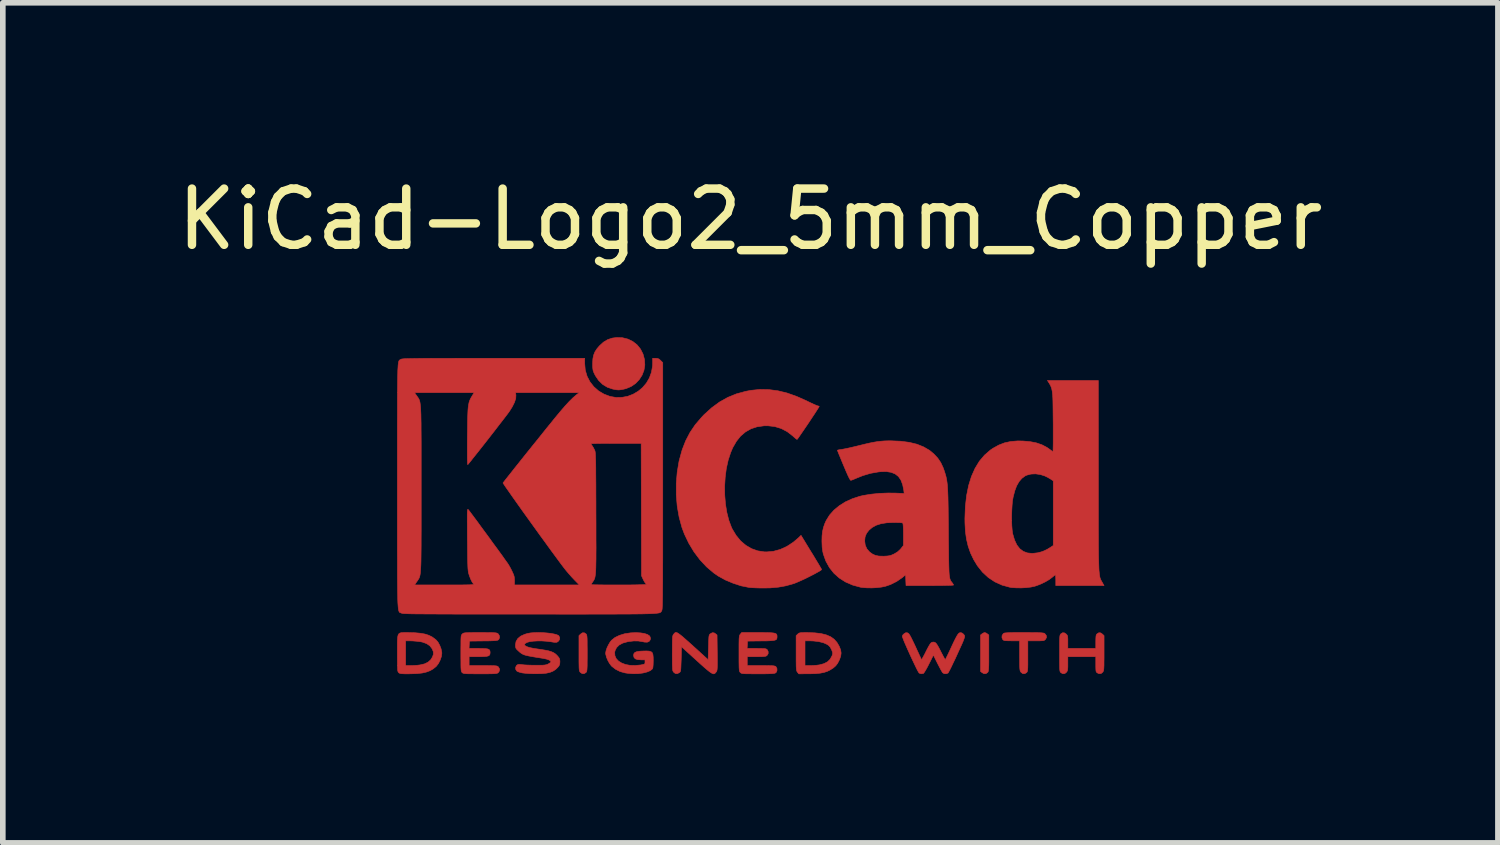
<source format=kicad_pcb>
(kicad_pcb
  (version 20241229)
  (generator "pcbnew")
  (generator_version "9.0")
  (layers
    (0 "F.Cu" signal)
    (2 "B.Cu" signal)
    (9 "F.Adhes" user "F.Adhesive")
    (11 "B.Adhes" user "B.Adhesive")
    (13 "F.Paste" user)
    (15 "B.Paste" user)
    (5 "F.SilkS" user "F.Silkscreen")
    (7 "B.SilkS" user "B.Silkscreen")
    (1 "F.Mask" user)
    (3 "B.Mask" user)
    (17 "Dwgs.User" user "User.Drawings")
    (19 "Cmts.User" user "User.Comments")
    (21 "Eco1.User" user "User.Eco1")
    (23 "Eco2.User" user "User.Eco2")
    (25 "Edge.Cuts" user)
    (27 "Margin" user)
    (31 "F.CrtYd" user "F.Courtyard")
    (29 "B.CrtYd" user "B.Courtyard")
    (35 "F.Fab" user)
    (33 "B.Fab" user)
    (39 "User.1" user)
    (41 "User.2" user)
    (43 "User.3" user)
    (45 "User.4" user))
  (footprint "KiCad-Logo2_5mm_Copper"
    (layer "F.Cu")
    (at 10.292 5.928)
    (property "Reference" "KiCad-Logo2_5mm_Copper" (at 0 -5.08 0) (layer "F.SilkS") (effects (font (size 1 1) (thickness 0.15))))
    (attr exclude_from_pos_files exclude_from_bom allow_missing_courtyard)
    (fp_poly (pts (xy 4.189 2.276) (xy 4.212 2.291) (xy 4.239 2.312) (xy 4.239 2.634) (xy 4.239 2.728) (xy 4.239 2.802) (xy 4.238 2.859) (xy 4.236 2.901) (xy 4.234 2.931) (xy 4.231 2.951) (xy 4.227 2.965) (xy 4.221 2.974) (xy 4.217 2.979) (xy 4.186 3) (xy 4.15 2.999) (xy 4.119 2.981) (xy 4.092 2.96) (xy 4.092 2.312) (xy 4.119 2.291) (xy 4.145 2.275) (xy 4.166 2.269) (xy 4.189 2.276)) (stroke (width 0.01) (type solid)) (fill yes) (layer "F.Cu"))
    (fp_poly (pts (xy -2.924 2.292) (xy -2.917 2.299) (xy -2.912 2.309) (xy -2.908 2.324) (xy -2.905 2.346) (xy -2.903 2.378) (xy -2.902 2.422) (xy -2.902 2.482) (xy -2.901 2.56) (xy -2.901 2.636) (xy -2.901 2.73) (xy -2.902 2.804) (xy -2.902 2.86) (xy -2.904 2.902) (xy -2.906 2.932) (xy -2.909 2.952) (xy -2.913 2.965) (xy -2.919 2.974) (xy -2.924 2.98) (xy -2.957 3) (xy -2.992 2.998) (xy -3.023 2.977) (xy -3.031 2.968) (xy -3.036 2.959) (xy -3.041 2.945) (xy -3.044 2.924) (xy -3.046 2.895) (xy -3.047 2.853) (xy -3.048 2.796) (xy -3.048 2.722) (xy -3.048 2.638) (xy -3.048 2.324) (xy -3.02 2.297) (xy -2.986 2.273) (xy -2.953 2.273) (xy -2.924 2.292)) (stroke (width 0.01) (type solid)) (fill yes) (layer "F.Cu"))
    (fp_poly (pts (xy -2.273 -2.973) (xy -2.177 -2.949) (xy -2.09 -2.906) (xy -2.015 -2.847) (xy -1.954 -2.772) (xy -1.909 -2.683) (xy -1.883 -2.586) (xy -1.877 -2.489) (xy -1.892 -2.395) (xy -1.926 -2.307) (xy -1.977 -2.228) (xy -2.042 -2.16) (xy -2.121 -2.106) (xy -2.212 -2.068) (xy -2.263 -2.056) (xy -2.308 -2.048) (xy -2.342 -2.045) (xy -2.375 -2.047) (xy -2.415 -2.054) (xy -2.449 -2.061) (xy -2.542 -2.092) (xy -2.626 -2.143) (xy -2.698 -2.213) (xy -2.756 -2.298) (xy -2.77 -2.326) (xy -2.787 -2.362) (xy -2.797 -2.392) (xy -2.802 -2.425) (xy -2.805 -2.466) (xy -2.805 -2.512) (xy -2.801 -2.596) (xy -2.787 -2.665) (xy -2.762 -2.726) (xy -2.723 -2.784) (xy -2.684 -2.829) (xy -2.612 -2.895) (xy -2.537 -2.94) (xy -2.455 -2.967) (xy -2.377 -2.977) (xy -2.273 -2.973)) (stroke (width 0.01) (type solid)) (fill yes) (layer "F.Cu"))
    (fp_poly (pts (xy 4.963 2.269) (xy 5.042 2.27) (xy 5.103 2.27) (xy 5.149 2.272) (xy 5.182 2.274) (xy 5.205 2.277) (xy 5.221 2.28) (xy 5.231 2.285) (xy 5.236 2.289) (xy 5.261 2.321) (xy 5.265 2.355) (xy 5.249 2.386) (xy 5.238 2.398) (xy 5.227 2.406) (xy 5.211 2.412) (xy 5.186 2.414) (xy 5.147 2.416) (xy 5.09 2.416) (xy 5.079 2.416) (xy 4.933 2.416) (xy 4.933 2.687) (xy 4.933 2.772) (xy 4.933 2.838) (xy 4.932 2.887) (xy 4.93 2.922) (xy 4.927 2.946) (xy 4.923 2.962) (xy 4.918 2.972) (xy 4.911 2.98) (xy 4.878 3) (xy 4.843 2.999) (xy 4.812 2.976) (xy 4.81 2.973) (xy 4.802 2.962) (xy 4.797 2.95) (xy 4.793 2.933) (xy 4.79 2.908) (xy 4.788 2.872) (xy 4.787 2.822) (xy 4.787 2.755) (xy 4.786 2.68) (xy 4.786 2.416) (xy 4.647 2.416) (xy 4.587 2.415) (xy 4.546 2.414) (xy 4.519 2.411) (xy 4.502 2.405) (xy 4.49 2.397) (xy 4.489 2.395) (xy 4.473 2.362) (xy 4.474 2.324) (xy 4.493 2.292) (xy 4.5 2.285) (xy 4.51 2.28) (xy 4.524 2.276) (xy 4.545 2.274) (xy 4.575 2.272) (xy 4.618 2.27) (xy 4.676 2.269) (xy 4.75 2.269) (xy 4.844 2.269) (xy 4.864 2.269) (xy 4.963 2.269)) (stroke (width 0.01) (type solid)) (fill yes) (layer "F.Cu"))
    (fp_poly (pts (xy 6.229 2.275) (xy 6.26 2.297) (xy 6.288 2.324) (xy 6.288 2.634) (xy 6.288 2.726) (xy 6.287 2.798) (xy 6.287 2.853) (xy 6.285 2.893) (xy 6.283 2.922) (xy 6.28 2.942) (xy 6.275 2.956) (xy 6.269 2.967) (xy 6.265 2.973) (xy 6.234 2.998) (xy 6.198 3) (xy 6.166 2.985) (xy 6.156 2.976) (xy 6.148 2.965) (xy 6.144 2.946) (xy 6.142 2.915) (xy 6.141 2.869) (xy 6.141 2.833) (xy 6.141 2.698) (xy 5.644 2.698) (xy 5.644 2.821) (xy 5.644 2.877) (xy 5.642 2.915) (xy 5.638 2.941) (xy 5.63 2.96) (xy 5.621 2.973) (xy 5.59 2.998) (xy 5.555 3.001) (xy 5.522 2.983) (xy 5.513 2.974) (xy 5.506 2.962) (xy 5.502 2.943) (xy 5.499 2.914) (xy 5.498 2.87) (xy 5.497 2.808) (xy 5.497 2.794) (xy 5.497 2.678) (xy 5.497 2.582) (xy 5.497 2.504) (xy 5.497 2.443) (xy 5.498 2.396) (xy 5.5 2.361) (xy 5.502 2.335) (xy 5.505 2.318) (xy 5.51 2.306) (xy 5.515 2.298) (xy 5.52 2.292) (xy 5.552 2.272) (xy 5.585 2.275) (xy 5.617 2.297) (xy 5.629 2.311) (xy 5.638 2.327) (xy 5.642 2.35) (xy 5.644 2.384) (xy 5.644 2.436) (xy 5.644 2.551) (xy 6.141 2.551) (xy 6.141 2.433) (xy 6.142 2.378) (xy 6.144 2.341) (xy 6.148 2.317) (xy 6.155 2.301) (xy 6.164 2.292) (xy 6.196 2.272) (xy 6.229 2.275)) (stroke (width 0.01) (type solid)) (fill yes) (layer "F.Cu"))
    (fp_poly (pts (xy 1.018 2.269) (xy 1.147 2.274) (xy 1.257 2.287) (xy 1.349 2.31) (xy 1.426 2.343) (xy 1.489 2.388) (xy 1.539 2.444) (xy 1.58 2.514) (xy 1.58 2.515) (xy 1.605 2.577) (xy 1.613 2.633) (xy 1.606 2.688) (xy 1.584 2.751) (xy 1.579 2.761) (xy 1.55 2.817) (xy 1.517 2.86) (xy 1.475 2.897) (xy 1.417 2.934) (xy 1.414 2.936) (xy 1.364 2.96) (xy 1.307 2.978) (xy 1.24 2.991) (xy 1.159 2.999) (xy 1.06 3.002) (xy 1.025 3.002) (xy 0.86 3.003) (xy 0.836 2.973) (xy 0.829 2.963) (xy 0.824 2.952) (xy 0.82 2.936) (xy 0.817 2.913) (xy 0.815 2.88) (xy 0.814 2.856) (xy 0.971 2.856) (xy 1.065 2.856) (xy 1.12 2.854) (xy 1.176 2.85) (xy 1.222 2.844) (xy 1.225 2.844) (xy 1.307 2.822) (xy 1.371 2.789) (xy 1.418 2.743) (xy 1.451 2.683) (xy 1.457 2.667) (xy 1.463 2.642) (xy 1.46 2.618) (xy 1.448 2.585) (xy 1.441 2.569) (xy 1.418 2.527) (xy 1.39 2.497) (xy 1.359 2.477) (xy 1.297 2.45) (xy 1.218 2.43) (xy 1.125 2.419) (xy 1.058 2.416) (xy 0.971 2.416) (xy 0.971 2.856) (xy 0.814 2.856) (xy 0.814 2.835) (xy 0.813 2.774) (xy 0.813 2.696) (xy 0.813 2.634) (xy 0.813 2.324) (xy 0.841 2.297) (xy 0.853 2.286) (xy 0.866 2.278) (xy 0.885 2.273) (xy 0.913 2.27) (xy 0.955 2.269) (xy 1.015 2.269) (xy 1.018 2.269)) (stroke (width 0.01) (type solid)) (fill yes) (layer "F.Cu"))
    (fp_poly (pts (xy -6.121 2.269) (xy -6.082 2.269) (xy -5.966 2.272) (xy -5.869 2.281) (xy -5.788 2.295) (xy -5.719 2.317) (xy -5.658 2.347) (xy -5.604 2.387) (xy -5.584 2.404) (xy -5.552 2.443) (xy -5.523 2.497) (xy -5.5 2.557) (xy -5.488 2.615) (xy -5.486 2.636) (xy -5.494 2.695) (xy -5.516 2.759) (xy -5.547 2.82) (xy -5.584 2.868) (xy -5.59 2.874) (xy -5.641 2.915) (xy -5.696 2.947) (xy -5.76 2.971) (xy -5.834 2.988) (xy -5.924 2.998) (xy -6.031 3.002) (xy -6.08 3.003) (xy -6.142 3.003) (xy -6.186 3.001) (xy -6.215 2.999) (xy -6.234 2.994) (xy -6.247 2.987) (xy -6.254 2.98) (xy -6.261 2.973) (xy -6.266 2.963) (xy -6.27 2.948) (xy -6.273 2.926) (xy -6.274 2.894) (xy -6.276 2.85) (xy -6.276 2.79) (xy -6.277 2.712) (xy -6.277 2.636) (xy -6.277 2.535) (xy -6.277 2.454) (xy -6.276 2.416) (xy -6.13 2.416) (xy -6.13 2.856) (xy -6.037 2.856) (xy -5.981 2.854) (xy -5.922 2.85) (xy -5.873 2.844) (xy -5.872 2.844) (xy -5.792 2.825) (xy -5.731 2.795) (xy -5.684 2.753) (xy -5.655 2.707) (xy -5.636 2.656) (xy -5.638 2.608) (xy -5.659 2.557) (xy -5.7 2.504) (xy -5.758 2.465) (xy -5.833 2.438) (xy -5.883 2.429) (xy -5.939 2.423) (xy -6 2.418) (xy -6.051 2.416) (xy -6.054 2.416) (xy -6.13 2.416) (xy -6.276 2.416) (xy -6.275 2.392) (xy -6.271 2.345) (xy -6.263 2.312) (xy -6.25 2.29) (xy -6.23 2.277) (xy -6.203 2.27) (xy -6.167 2.269) (xy -6.121 2.269)) (stroke (width 0.01) (type solid)) (fill yes) (layer "F.Cu"))
    (fp_poly (pts (xy -1.3 2.273) (xy -1.277 2.287) (xy -1.246 2.31) (xy -1.206 2.342) (xy -1.156 2.386) (xy -1.094 2.441) (xy -1.018 2.509) (xy -0.931 2.588) (xy -0.751 2.752) (xy -0.745 2.532) (xy -0.743 2.456) (xy -0.741 2.4) (xy -0.739 2.36) (xy -0.736 2.332) (xy -0.731 2.314) (xy -0.725 2.303) (xy -0.717 2.294) (xy -0.713 2.291) (xy -0.678 2.272) (xy -0.645 2.274) (xy -0.619 2.291) (xy -0.593 2.312) (xy -0.589 2.627) (xy -0.588 2.72) (xy -0.588 2.793) (xy -0.588 2.848) (xy -0.589 2.889) (xy -0.591 2.919) (xy -0.594 2.939) (xy -0.598 2.953) (xy -0.604 2.964) (xy -0.61 2.972) (xy -0.623 2.988) (xy -0.637 2.999) (xy -0.652 3.003) (xy -0.671 2.999) (xy -0.695 2.987) (xy -0.727 2.965) (xy -0.768 2.932) (xy -0.821 2.887) (xy -0.886 2.829) (xy -0.96 2.762) (xy -1.225 2.521) (xy -1.23 2.741) (xy -1.233 2.816) (xy -1.235 2.872) (xy -1.237 2.913) (xy -1.24 2.94) (xy -1.244 2.958) (xy -1.25 2.969) (xy -1.259 2.978) (xy -1.263 2.981) (xy -1.3 3) (xy -1.335 2.997) (xy -1.365 2.973) (xy -1.372 2.963) (xy -1.378 2.952) (xy -1.382 2.936) (xy -1.385 2.913) (xy -1.386 2.88) (xy -1.388 2.835) (xy -1.388 2.774) (xy -1.389 2.694) (xy -1.389 2.636) (xy -1.388 2.544) (xy -1.388 2.473) (xy -1.387 2.418) (xy -1.386 2.378) (xy -1.384 2.349) (xy -1.38 2.329) (xy -1.376 2.315) (xy -1.37 2.305) (xy -1.365 2.299) (xy -1.354 2.285) (xy -1.343 2.274) (xy -1.332 2.268) (xy -1.318 2.267) (xy -1.3 2.273)) (stroke (width 0.01) (type solid)) (fill yes) (layer "F.Cu"))
    (fp_poly (pts (xy -1.95 2.275) (xy -1.882 2.286) (xy -1.829 2.304) (xy -1.795 2.327) (xy -1.785 2.341) (xy -1.776 2.372) (xy -1.782 2.4) (xy -1.802 2.427) (xy -1.834 2.44) (xy -1.879 2.439) (xy -1.914 2.432) (xy -1.992 2.419) (xy -2.072 2.418) (xy -2.162 2.428) (xy -2.186 2.433) (xy -2.269 2.456) (xy -2.334 2.491) (xy -2.38 2.537) (xy -2.407 2.592) (xy -2.413 2.621) (xy -2.409 2.68) (xy -2.386 2.732) (xy -2.345 2.776) (xy -2.288 2.811) (xy -2.219 2.837) (xy -2.138 2.852) (xy -2.048 2.854) (xy -1.951 2.845) (xy -1.945 2.844) (xy -1.907 2.836) (xy -1.885 2.83) (xy -1.876 2.819) (xy -1.874 2.802) (xy -1.874 2.793) (xy -1.874 2.754) (xy -1.942 2.754) (xy -2.003 2.75) (xy -2.044 2.737) (xy -2.068 2.714) (xy -2.077 2.679) (xy -2.077 2.674) (xy -2.072 2.645) (xy -2.054 2.623) (xy -2.022 2.609) (xy -1.972 2.601) (xy -1.923 2.598) (xy -1.852 2.596) (xy -1.801 2.599) (xy -1.766 2.609) (xy -1.744 2.628) (xy -1.733 2.66) (xy -1.728 2.708) (xy -1.727 2.77) (xy -1.729 2.84) (xy -1.733 2.887) (xy -1.74 2.912) (xy -1.741 2.914) (xy -1.78 2.946) (xy -1.837 2.97) (xy -1.909 2.988) (xy -1.991 2.999) (xy -2.081 3.001) (xy -2.175 2.994) (xy -2.23 2.986) (xy -2.316 2.962) (xy -2.396 2.922) (xy -2.463 2.87) (xy -2.473 2.86) (xy -2.506 2.816) (xy -2.536 2.762) (xy -2.559 2.706) (xy -2.572 2.654) (xy -2.574 2.635) (xy -2.567 2.593) (xy -2.55 2.542) (xy -2.524 2.488) (xy -2.495 2.439) (xy -2.469 2.406) (xy -2.408 2.357) (xy -2.329 2.319) (xy -2.235 2.29) (xy -2.129 2.274) (xy -2.032 2.27) (xy -1.95 2.275)) (stroke (width 0.01) (type solid)) (fill yes) (layer "F.Cu"))
    (fp_poly (pts (xy 0.23 2.269) (xy 0.307 2.27) (xy 0.365 2.272) (xy 0.408 2.276) (xy 0.438 2.282) (xy 0.457 2.291) (xy 0.468 2.303) (xy 0.473 2.319) (xy 0.474 2.339) (xy 0.474 2.341) (xy 0.473 2.364) (xy 0.468 2.382) (xy 0.457 2.395) (xy 0.437 2.404) (xy 0.406 2.41) (xy 0.36 2.414) (xy 0.298 2.417) (xy 0.216 2.418) (xy 0.191 2.418) (xy -0.051 2.421) (xy -0.054 2.486) (xy -0.058 2.551) (xy 0.111 2.551) (xy 0.176 2.552) (xy 0.223 2.553) (xy 0.255 2.555) (xy 0.276 2.559) (xy 0.289 2.565) (xy 0.299 2.573) (xy 0.299 2.573) (xy 0.316 2.607) (xy 0.316 2.643) (xy 0.297 2.674) (xy 0.294 2.678) (xy 0.281 2.686) (xy 0.263 2.692) (xy 0.237 2.695) (xy 0.197 2.697) (xy 0.142 2.698) (xy 0.106 2.698) (xy -0.056 2.698) (xy -0.056 2.856) (xy 0.19 2.856) (xy 0.272 2.856) (xy 0.333 2.857) (xy 0.379 2.858) (xy 0.41 2.86) (xy 0.431 2.864) (xy 0.445 2.868) (xy 0.453 2.874) (xy 0.455 2.877) (xy 0.472 2.908) (xy 0.473 2.944) (xy 0.46 2.975) (xy 0.449 2.985) (xy 0.438 2.991) (xy 0.421 2.995) (xy 0.396 2.998) (xy 0.359 3) (xy 0.308 3.002) (xy 0.24 3.003) (xy 0.153 3.003) (xy 0.133 3.003) (xy 0.045 3.003) (xy -0.024 3.002) (xy -0.075 3.002) (xy -0.113 3) (xy -0.139 2.998) (xy -0.156 2.994) (xy -0.167 2.989) (xy -0.176 2.983) (xy -0.18 2.978) (xy -0.187 2.97) (xy -0.192 2.96) (xy -0.196 2.945) (xy -0.199 2.923) (xy -0.201 2.89) (xy -0.202 2.845) (xy -0.203 2.785) (xy -0.203 2.707) (xy -0.203 2.641) (xy -0.203 2.549) (xy -0.203 2.476) (xy -0.202 2.421) (xy -0.201 2.38) (xy -0.198 2.35) (xy -0.195 2.33) (xy -0.191 2.316) (xy -0.185 2.305) (xy -0.18 2.299) (xy -0.156 2.269) (xy 0.134 2.269) (xy 0.23 2.269)) (stroke (width 0.01) (type solid)) (fill yes) (layer "F.Cu"))
    (fp_poly (pts (xy -4.713 2.269) (xy -4.643 2.27) (xy -4.591 2.27) (xy -4.553 2.272) (xy -4.526 2.274) (xy -4.508 2.278) (xy -4.496 2.283) (xy -4.487 2.289) (xy -4.484 2.292) (xy -4.464 2.323) (xy -4.46 2.359) (xy -4.473 2.391) (xy -4.48 2.397) (xy -4.489 2.403) (xy -4.505 2.408) (xy -4.529 2.412) (xy -4.566 2.414) (xy -4.617 2.416) (xy -4.685 2.418) (xy -4.748 2.418) (xy -4.995 2.421) (xy -4.999 2.486) (xy -5.002 2.551) (xy -4.834 2.551) (xy -4.761 2.552) (xy -4.708 2.555) (xy -4.671 2.56) (xy -4.647 2.57) (xy -4.634 2.586) (xy -4.629 2.607) (xy -4.628 2.628) (xy -4.631 2.653) (xy -4.64 2.671) (xy -4.659 2.684) (xy -4.691 2.692) (xy -4.738 2.696) (xy -4.804 2.698) (xy -4.84 2.698) (xy -5.001 2.698) (xy -5.001 2.856) (xy -4.753 2.856) (xy -4.671 2.856) (xy -4.609 2.857) (xy -4.564 2.858) (xy -4.532 2.86) (xy -4.511 2.863) (xy -4.496 2.868) (xy -4.487 2.874) (xy -4.482 2.879) (xy -4.465 2.906) (xy -4.459 2.929) (xy -4.467 2.959) (xy -4.482 2.98) (xy -4.49 2.987) (xy -4.5 2.992) (xy -4.515 2.996) (xy -4.538 2.999) (xy -4.571 3.001) (xy -4.618 3.002) (xy -4.68 3.003) (xy -4.761 3.003) (xy -4.803 3.003) (xy -4.894 3.003) (xy -4.964 3.002) (xy -5.017 3.002) (xy -5.056 3) (xy -5.083 2.998) (xy -5.101 2.994) (xy -5.113 2.99) (xy -5.122 2.983) (xy -5.125 2.98) (xy -5.132 2.973) (xy -5.137 2.963) (xy -5.141 2.948) (xy -5.144 2.926) (xy -5.146 2.894) (xy -5.147 2.849) (xy -5.147 2.789) (xy -5.148 2.711) (xy -5.148 2.638) (xy -5.148 2.545) (xy -5.147 2.471) (xy -5.147 2.415) (xy -5.146 2.374) (xy -5.144 2.345) (xy -5.141 2.325) (xy -5.136 2.312) (xy -5.131 2.303) (xy -5.123 2.295) (xy -5.122 2.294) (xy -5.113 2.286) (xy -5.103 2.28) (xy -5.089 2.276) (xy -5.067 2.273) (xy -5.036 2.271) (xy -4.993 2.27) (xy -4.934 2.269) (xy -4.857 2.269) (xy -4.802 2.269) (xy -4.713 2.269)) (stroke (width 0.01) (type solid)) (fill yes) (layer "F.Cu"))
    (fp_poly (pts (xy 3.745 2.271) (xy 3.764 2.278) (xy 3.765 2.278) (xy 3.792 2.299) (xy 3.806 2.32) (xy 3.809 2.329) (xy 3.809 2.342) (xy 3.805 2.361) (xy 3.796 2.387) (xy 3.782 2.424) (xy 3.761 2.473) (xy 3.732 2.536) (xy 3.695 2.617) (xy 3.675 2.661) (xy 3.639 2.74) (xy 3.604 2.812) (xy 3.574 2.876) (xy 3.548 2.928) (xy 3.528 2.965) (xy 3.516 2.986) (xy 3.513 2.989) (xy 3.482 3.001) (xy 3.447 3) (xy 3.419 2.984) (xy 3.418 2.983) (xy 3.407 2.966) (xy 3.388 2.933) (xy 3.364 2.888) (xy 3.337 2.836) (xy 3.327 2.817) (xy 3.254 2.67) (xy 3.174 2.829) (xy 3.146 2.884) (xy 3.119 2.932) (xy 3.097 2.969) (xy 3.081 2.991) (xy 3.076 2.996) (xy 3.034 3.002) (xy 3 2.989) (xy 2.99 2.974) (xy 2.972 2.943) (xy 2.949 2.897) (xy 2.921 2.839) (xy 2.89 2.774) (xy 2.857 2.704) (xy 2.824 2.631) (xy 2.792 2.56) (xy 2.763 2.494) (xy 2.737 2.435) (xy 2.718 2.386) (xy 2.705 2.352) (xy 2.7 2.334) (xy 2.7 2.334) (xy 2.711 2.311) (xy 2.733 2.289) (xy 2.735 2.288) (xy 2.762 2.272) (xy 2.787 2.273) (xy 2.796 2.275) (xy 2.808 2.282) (xy 2.82 2.294) (xy 2.834 2.315) (xy 2.852 2.347) (xy 2.875 2.393) (xy 2.905 2.455) (xy 2.932 2.512) (xy 2.962 2.578) (xy 2.99 2.638) (xy 3.013 2.688) (xy 3.03 2.725) (xy 3.039 2.746) (xy 3.041 2.749) (xy 3.047 2.743) (xy 3.061 2.721) (xy 3.081 2.685) (xy 3.106 2.638) (xy 3.115 2.619) (xy 3.148 2.554) (xy 3.174 2.507) (xy 3.194 2.474) (xy 3.21 2.454) (xy 3.226 2.443) (xy 3.242 2.439) (xy 3.252 2.438) (xy 3.271 2.44) (xy 3.287 2.447) (xy 3.303 2.462) (xy 3.321 2.487) (xy 3.344 2.526) (xy 3.373 2.581) (xy 3.389 2.613) (xy 3.415 2.663) (xy 3.437 2.705) (xy 3.454 2.734) (xy 3.464 2.748) (xy 3.466 2.749) (xy 3.472 2.738) (xy 3.487 2.709) (xy 3.508 2.666) (xy 3.534 2.612) (xy 3.564 2.548) (xy 3.578 2.517) (xy 3.616 2.436) (xy 3.647 2.374) (xy 3.672 2.328) (xy 3.692 2.297) (xy 3.71 2.278) (xy 3.727 2.271) (xy 3.745 2.271)) (stroke (width 0.01) (type solid)) (fill yes) (layer "F.Cu"))
    (fp_poly (pts (xy -3.692 2.27) (xy -3.617 2.276) (xy -3.547 2.284) (xy -3.487 2.295) (xy -3.44 2.308) (xy -3.41 2.323) (xy -3.406 2.327) (xy -3.39 2.362) (xy -3.395 2.397) (xy -3.419 2.428) (xy -3.421 2.429) (xy -3.435 2.438) (xy -3.45 2.443) (xy -3.471 2.443) (xy -3.503 2.44) (xy -3.552 2.432) (xy -3.556 2.432) (xy -3.629 2.423) (xy -3.707 2.418) (xy -3.786 2.418) (xy -3.859 2.422) (xy -3.922 2.43) (xy -3.968 2.443) (xy -3.971 2.444) (xy -4.005 2.463) (xy -4.017 2.482) (xy -4.008 2.5) (xy -3.978 2.518) (xy -3.929 2.535) (xy -3.861 2.549) (xy -3.816 2.556) (xy -3.721 2.57) (xy -3.647 2.582) (xy -3.588 2.594) (xy -3.542 2.608) (xy -3.506 2.623) (xy -3.476 2.641) (xy -3.449 2.664) (xy -3.428 2.686) (xy -3.403 2.717) (xy -3.391 2.743) (xy -3.387 2.776) (xy -3.387 2.788) (xy -3.39 2.828) (xy -3.401 2.857) (xy -3.421 2.883) (xy -3.462 2.924) (xy -3.508 2.954) (xy -3.562 2.976) (xy -3.627 2.991) (xy -3.707 2.999) (xy -3.805 3.001) (xy -3.821 3.001) (xy -3.887 3) (xy -3.952 2.997) (xy -4.009 2.992) (xy -4.052 2.987) (xy -4.055 2.987) (xy -4.098 2.976) (xy -4.134 2.964) (xy -4.154 2.952) (xy -4.173 2.922) (xy -4.174 2.886) (xy -4.158 2.854) (xy -4.154 2.851) (xy -4.139 2.84) (xy -4.12 2.835) (xy -4.091 2.836) (xy -4.056 2.84) (xy -4.016 2.844) (xy -3.96 2.847) (xy -3.895 2.849) (xy -3.828 2.85) (xy -3.81 2.85) (xy -3.742 2.85) (xy -3.692 2.849) (xy -3.657 2.846) (xy -3.63 2.841) (xy -3.609 2.834) (xy -3.596 2.828) (xy -3.568 2.811) (xy -3.55 2.796) (xy -3.547 2.792) (xy -3.553 2.774) (xy -3.579 2.757) (xy -3.624 2.741) (xy -3.687 2.728) (xy -3.705 2.725) (xy -3.801 2.71) (xy -3.878 2.697) (xy -3.938 2.686) (xy -3.984 2.676) (xy -4.021 2.665) (xy -4.049 2.653) (xy -4.073 2.639) (xy -4.096 2.622) (xy -4.119 2.601) (xy -4.127 2.594) (xy -4.155 2.567) (xy -4.17 2.545) (xy -4.176 2.52) (xy -4.177 2.489) (xy -4.167 2.428) (xy -4.136 2.376) (xy -4.085 2.333) (xy -4.013 2.3) (xy -3.962 2.285) (xy -3.907 2.275) (xy -3.841 2.27) (xy -3.768 2.268) (xy -3.692 2.27)) (stroke (width 0.01) (type solid)) (fill yes) (layer "F.Cu"))
    (fp_poly (pts (xy 0.328 -2.051) (xy 0.489 -2.03) (xy 0.653 -1.99) (xy 0.822 -1.93) (xy 1 -1.851) (xy 1.011 -1.845) (xy 1.069 -1.817) (xy 1.121 -1.793) (xy 1.162 -1.775) (xy 1.19 -1.764) (xy 1.2 -1.761) (xy 1.219 -1.756) (xy 1.224 -1.752) (xy 1.218 -1.741) (xy 1.202 -1.715) (xy 1.177 -1.676) (xy 1.145 -1.626) (xy 1.107 -1.569) (xy 1.066 -1.507) (xy 1.023 -1.442) (xy 0.98 -1.379) (xy 0.939 -1.319) (xy 0.902 -1.265) (xy 0.871 -1.22) (xy 0.847 -1.186) (xy 0.832 -1.167) (xy 0.83 -1.165) (xy 0.82 -1.17) (xy 0.798 -1.187) (xy 0.767 -1.214) (xy 0.752 -1.228) (xy 0.655 -1.303) (xy 0.548 -1.359) (xy 0.433 -1.394) (xy 0.31 -1.408) (xy 0.241 -1.407) (xy 0.119 -1.39) (xy 0.01 -1.354) (xy -0.087 -1.299) (xy -0.174 -1.225) (xy -0.249 -1.131) (xy -0.314 -1.018) (xy -0.351 -0.931) (xy -0.395 -0.796) (xy -0.428 -0.648) (xy -0.448 -0.493) (xy -0.458 -0.333) (xy -0.456 -0.173) (xy -0.443 -0.016) (xy -0.419 0.133) (xy -0.384 0.271) (xy -0.338 0.395) (xy -0.322 0.429) (xy -0.253 0.543) (xy -0.173 0.64) (xy -0.081 0.718) (xy 0.02 0.777) (xy 0.13 0.816) (xy 0.247 0.834) (xy 0.289 0.835) (xy 0.41 0.824) (xy 0.531 0.791) (xy 0.649 0.737) (xy 0.762 0.663) (xy 0.854 0.585) (xy 0.9 0.54) (xy 1.081 0.837) (xy 1.127 0.911) (xy 1.168 0.98) (xy 1.204 1.039) (xy 1.233 1.088) (xy 1.254 1.124) (xy 1.265 1.144) (xy 1.266 1.147) (xy 1.258 1.157) (xy 1.233 1.174) (xy 1.193 1.197) (xy 1.142 1.225) (xy 1.084 1.255) (xy 1.021 1.287) (xy 0.958 1.318) (xy 0.896 1.346) (xy 0.839 1.371) (xy 0.791 1.391) (xy 0.768 1.399) (xy 0.634 1.437) (xy 0.496 1.462) (xy 0.349 1.475) (xy 0.222 1.477) (xy 0.154 1.476) (xy 0.088 1.474) (xy 0.031 1.471) (xy -0.013 1.468) (xy -0.027 1.466) (xy -0.166 1.438) (xy -0.307 1.392) (xy -0.445 1.334) (xy -0.572 1.264) (xy -0.649 1.211) (xy -0.777 1.103) (xy -0.895 0.977) (xy -1.002 0.835) (xy -1.095 0.681) (xy -1.173 0.518) (xy -1.217 0.401) (xy -1.267 0.217) (xy -1.301 0.023) (xy -1.318 -0.179) (xy -1.318 -0.382) (xy -1.301 -0.584) (xy -1.268 -0.781) (xy -1.217 -0.967) (xy -1.214 -0.978) (xy -1.151 -1.14) (xy -1.074 -1.288) (xy -0.981 -1.426) (xy -0.868 -1.558) (xy -0.825 -1.604) (xy -0.688 -1.728) (xy -0.549 -1.83) (xy -0.403 -1.912) (xy -0.249 -1.975) (xy -0.084 -2.02) (xy 0.011 -2.038) (xy 0.17 -2.054) (xy 0.328 -2.051)) (stroke (width 0.01) (type solid)) (fill yes) (layer "F.Cu"))
    (fp_poly (pts (xy 6.187 -0.528) (xy 6.187 -0.293) (xy 6.187 -0.08) (xy 6.187 0.112) (xy 6.187 0.285) (xy 6.187 0.441) (xy 6.188 0.579) (xy 6.188 0.701) (xy 6.189 0.808) (xy 6.19 0.901) (xy 6.192 0.982) (xy 6.194 1.051) (xy 6.196 1.11) (xy 6.198 1.159) (xy 6.202 1.2) (xy 6.205 1.234) (xy 6.21 1.262) (xy 6.214 1.285) (xy 6.22 1.304) (xy 6.226 1.321) (xy 6.233 1.335) (xy 6.24 1.349) (xy 6.249 1.364) (xy 6.254 1.373) (xy 6.288 1.434) (xy 5.43 1.434) (xy 5.43 1.338) (xy 5.429 1.294) (xy 5.427 1.261) (xy 5.424 1.243) (xy 5.423 1.242) (xy 5.412 1.249) (xy 5.389 1.267) (xy 5.366 1.286) (xy 5.312 1.327) (xy 5.242 1.368) (xy 5.165 1.405) (xy 5.088 1.435) (xy 5.057 1.445) (xy 4.989 1.46) (xy 4.906 1.47) (xy 4.816 1.475) (xy 4.728 1.474) (xy 4.649 1.469) (xy 4.612 1.463) (xy 4.473 1.425) (xy 4.346 1.367) (xy 4.23 1.29) (xy 4.127 1.195) (xy 4.036 1.081) (xy 3.969 0.97) (xy 3.914 0.854) (xy 3.872 0.734) (xy 3.842 0.608) (xy 3.823 0.472) (xy 3.815 0.32) (xy 3.814 0.243) (xy 3.816 0.186) (xy 4.645 0.186) (xy 4.645 0.279) (xy 4.648 0.367) (xy 4.654 0.444) (xy 4.662 0.505) (xy 4.665 0.517) (xy 4.697 0.625) (xy 4.738 0.712) (xy 4.79 0.779) (xy 4.853 0.826) (xy 4.926 0.853) (xy 5.011 0.862) (xy 5.107 0.851) (xy 5.17 0.835) (xy 5.219 0.817) (xy 5.274 0.791) (xy 5.314 0.767) (xy 5.385 0.721) (xy 5.385 -0.429) (xy 5.317 -0.473) (xy 5.239 -0.514) (xy 5.155 -0.541) (xy 5.07 -0.553) (xy 4.988 -0.549) (xy 4.915 -0.53) (xy 4.883 -0.515) (xy 4.826 -0.472) (xy 4.777 -0.415) (xy 4.735 -0.342) (xy 4.701 -0.252) (xy 4.672 -0.141) (xy 4.671 -0.135) (xy 4.66 -0.073) (xy 4.653 0.005) (xy 4.648 0.093) (xy 4.645 0.186) (xy 3.816 0.186) (xy 3.822 0.03) (xy 3.844 -0.166) (xy 3.88 -0.345) (xy 3.93 -0.506) (xy 3.994 -0.65) (xy 4.071 -0.777) (xy 4.163 -0.886) (xy 4.268 -0.977) (xy 4.314 -1.008) (xy 4.415 -1.064) (xy 4.518 -1.104) (xy 4.628 -1.128) (xy 4.749 -1.138) (xy 4.842 -1.137) (xy 4.971 -1.126) (xy 5.084 -1.104) (xy 5.183 -1.07) (xy 5.271 -1.024) (xy 5.32 -0.99) (xy 5.349 -0.968) (xy 5.371 -0.953) (xy 5.379 -0.948) (xy 5.381 -0.959) (xy 5.382 -0.99) (xy 5.383 -1.037) (xy 5.384 -1.1) (xy 5.384 -1.173) (xy 5.384 -1.256) (xy 5.384 -1.344) (xy 5.384 -1.436) (xy 5.383 -1.528) (xy 5.382 -1.618) (xy 5.381 -1.704) (xy 5.38 -1.781) (xy 5.379 -1.848) (xy 5.377 -1.902) (xy 5.375 -1.94) (xy 5.375 -1.947) (xy 5.367 -2.018) (xy 5.356 -2.073) (xy 5.338 -2.12) (xy 5.312 -2.166) (xy 5.305 -2.176) (xy 5.281 -2.213) (xy 6.186 -2.213) (xy 6.187 -0.528)) (stroke (width 0.01) (type solid)) (fill yes) (layer "F.Cu"))
    (fp_poly (pts (xy 2.674 -1.133) (xy 2.825 -1.113) (xy 2.961 -1.08) (xy 3.08 -1.032) (xy 3.185 -0.971) (xy 3.262 -0.907) (xy 3.331 -0.833) (xy 3.385 -0.753) (xy 3.428 -0.661) (xy 3.443 -0.618) (xy 3.456 -0.579) (xy 3.467 -0.543) (xy 3.477 -0.508) (xy 3.485 -0.472) (xy 3.492 -0.433) (xy 3.498 -0.39) (xy 3.503 -0.34) (xy 3.507 -0.283) (xy 3.51 -0.215) (xy 3.513 -0.136) (xy 3.515 -0.043) (xy 3.517 0.066) (xy 3.518 0.192) (xy 3.52 0.337) (xy 3.521 0.48) (xy 3.522 0.636) (xy 3.524 0.771) (xy 3.525 0.887) (xy 3.526 0.986) (xy 3.528 1.068) (xy 3.53 1.136) (xy 3.532 1.192) (xy 3.535 1.236) (xy 3.539 1.271) (xy 3.544 1.299) (xy 3.55 1.321) (xy 3.557 1.338) (xy 3.565 1.352) (xy 3.574 1.366) (xy 3.585 1.38) (xy 3.59 1.385) (xy 3.605 1.408) (xy 3.612 1.423) (xy 3.612 1.424) (xy 3.602 1.426) (xy 3.571 1.428) (xy 3.522 1.43) (xy 3.458 1.431) (xy 3.382 1.433) (xy 3.295 1.433) (xy 3.2 1.434) (xy 3.19 1.434) (xy 2.767 1.434) (xy 2.763 1.338) (xy 2.76 1.242) (xy 2.698 1.293) (xy 2.601 1.36) (xy 2.491 1.415) (xy 2.404 1.445) (xy 2.335 1.46) (xy 2.252 1.47) (xy 2.162 1.475) (xy 2.074 1.474) (xy 1.995 1.468) (xy 1.959 1.463) (xy 1.819 1.425) (xy 1.692 1.37) (xy 1.58 1.299) (xy 1.484 1.213) (xy 1.404 1.112) (xy 1.341 0.997) (xy 1.296 0.871) (xy 1.284 0.814) (xy 1.276 0.752) (xy 1.273 0.677) (xy 1.272 0.643) (xy 1.272 0.64) (xy 2.032 0.64) (xy 2.042 0.715) (xy 2.07 0.779) (xy 2.118 0.835) (xy 2.123 0.839) (xy 2.172 0.874) (xy 2.223 0.897) (xy 2.284 0.909) (xy 2.359 0.911) (xy 2.377 0.911) (xy 2.431 0.908) (xy 2.471 0.903) (xy 2.506 0.893) (xy 2.545 0.876) (xy 2.556 0.871) (xy 2.616 0.835) (xy 2.663 0.792) (xy 2.676 0.777) (xy 2.721 0.72) (xy 2.721 0.525) (xy 2.72 0.446) (xy 2.718 0.388) (xy 2.715 0.349) (xy 2.711 0.327) (xy 2.707 0.32) (xy 2.691 0.317) (xy 2.657 0.314) (xy 2.61 0.313) (xy 2.555 0.312) (xy 2.546 0.312) (xy 2.425 0.317) (xy 2.323 0.333) (xy 2.236 0.361) (xy 2.164 0.401) (xy 2.109 0.448) (xy 2.064 0.506) (xy 2.039 0.569) (xy 2.032 0.64) (xy 1.272 0.64) (xy 1.274 0.55) (xy 1.283 0.471) (xy 1.299 0.4) (xy 1.324 0.329) (xy 1.348 0.276) (xy 1.407 0.181) (xy 1.485 0.093) (xy 1.58 0.014) (xy 1.69 -0.055) (xy 1.813 -0.111) (xy 1.945 -0.154) (xy 2.009 -0.169) (xy 2.146 -0.191) (xy 2.294 -0.206) (xy 2.446 -0.212) (xy 2.572 -0.211) (xy 2.734 -0.204) (xy 2.727 -0.263) (xy 2.707 -0.362) (xy 2.676 -0.443) (xy 2.632 -0.506) (xy 2.575 -0.551) (xy 2.503 -0.58) (xy 2.416 -0.594) (xy 2.313 -0.591) (xy 2.275 -0.587) (xy 2.134 -0.562) (xy 1.997 -0.521) (xy 1.902 -0.483) (xy 1.857 -0.464) (xy 1.819 -0.448) (xy 1.792 -0.439) (xy 1.785 -0.437) (xy 1.775 -0.446) (xy 1.758 -0.475) (xy 1.734 -0.524) (xy 1.703 -0.594) (xy 1.665 -0.684) (xy 1.658 -0.7) (xy 1.628 -0.772) (xy 1.601 -0.838) (xy 1.578 -0.893) (xy 1.561 -0.936) (xy 1.55 -0.963) (xy 1.547 -0.972) (xy 1.557 -0.977) (xy 1.583 -0.982) (xy 1.611 -0.986) (xy 1.642 -0.991) (xy 1.689 -1) (xy 1.751 -1.013) (xy 1.821 -1.029) (xy 1.896 -1.047) (xy 1.925 -1.054) (xy 2.03 -1.08) (xy 2.117 -1.1) (xy 2.192 -1.115) (xy 2.258 -1.126) (xy 2.319 -1.133) (xy 2.381 -1.138) (xy 2.446 -1.14) (xy 2.504 -1.14) (xy 2.674 -1.133)) (stroke (width 0.01) (type solid)) (fill yes) (layer "F.Cu"))
    (fp_poly (pts (xy -2.946 -2.511) (xy -2.936 -2.397) (xy -2.904 -2.289) (xy -2.853 -2.19) (xy -2.784 -2.102) (xy -2.699 -2.027) (xy -2.602 -1.97) (xy -2.496 -1.93) (xy -2.389 -1.911) (xy -2.283 -1.913) (xy -2.181 -1.932) (xy -2.085 -1.969) (xy -1.996 -2.021) (xy -1.917 -2.087) (xy -1.849 -2.167) (xy -1.796 -2.258) (xy -1.759 -2.359) (xy -1.74 -2.47) (xy -1.738 -2.52) (xy -1.738 -2.608) (xy -1.687 -2.608) (xy -1.65 -2.605) (xy -1.623 -2.593) (xy -1.596 -2.569) (xy -1.558 -2.531) (xy -1.558 -0.339) (xy -1.558 -0.077) (xy -1.558 0.163) (xy -1.558 0.383) (xy -1.558 0.583) (xy -1.558 0.764) (xy -1.558 0.928) (xy -1.559 1.074) (xy -1.559 1.205) (xy -1.559 1.32) (xy -1.56 1.421) (xy -1.561 1.509) (xy -1.561 1.585) (xy -1.562 1.65) (xy -1.563 1.704) (xy -1.564 1.749) (xy -1.565 1.786) (xy -1.567 1.815) (xy -1.568 1.837) (xy -1.57 1.854) (xy -1.572 1.866) (xy -1.574 1.874) (xy -1.576 1.88) (xy -1.577 1.882) (xy -1.581 1.889) (xy -1.585 1.895) (xy -1.589 1.901) (xy -1.594 1.906) (xy -1.601 1.911) (xy -1.611 1.916) (xy -1.625 1.92) (xy -1.645 1.923) (xy -1.669 1.926) (xy -1.701 1.929) (xy -1.741 1.931) (xy -1.789 1.934) (xy -1.846 1.935) (xy -1.914 1.937) (xy -1.994 1.938) (xy -2.085 1.939) (xy -2.19 1.94) (xy -2.309 1.94) (xy -2.443 1.941) (xy -2.593 1.941) (xy -2.76 1.941) (xy -2.945 1.942) (xy -3.149 1.942) (xy -3.372 1.942) (xy -3.616 1.941) (xy -3.881 1.941) (xy -3.92 1.941) (xy -4.187 1.941) (xy -4.432 1.941) (xy -4.657 1.941) (xy -4.861 1.941) (xy -5.047 1.941) (xy -5.215 1.941) (xy -5.366 1.94) (xy -5.501 1.94) (xy -5.62 1.939) (xy -5.725 1.939) (xy -5.817 1.938) (xy -5.896 1.938) (xy -5.964 1.937) (xy -6.021 1.936) (xy -6.069 1.935) (xy -6.107 1.933) (xy -6.138 1.932) (xy -6.162 1.931) (xy -6.18 1.929) (xy -6.192 1.927) (xy -6.201 1.925) (xy -6.205 1.923) (xy -6.214 1.92) (xy -6.221 1.917) (xy -6.229 1.915) (xy -6.235 1.911) (xy -6.241 1.906) (xy -6.246 1.897) (xy -6.251 1.885) (xy -6.255 1.869) (xy -6.259 1.846) (xy -6.262 1.818) (xy -6.265 1.781) (xy -6.268 1.737) (xy -6.27 1.683) (xy -6.271 1.618) (xy -6.273 1.543) (xy -6.274 1.455) (xy -6.275 1.354) (xy -6.276 1.239) (xy -6.276 1.11) (xy -6.276 0.964) (xy -6.277 0.802) (xy -6.277 0.621) (xy -6.277 0.422) (xy -6.277 0.204) (xy -6.277 -0.035) (xy -6.277 -0.296) (xy -6.277 -0.338) (xy -6.277 -0.601) (xy -6.277 -0.842) (xy -6.277 -1.063) (xy -6.277 -1.264) (xy -6.277 -1.446) (xy -6.276 -1.61) (xy -6.276 -1.757) (xy -6.276 -1.888) (xy -6.275 -1.998) (xy -5.972 -1.998) (xy -5.932 -1.94) (xy -5.921 -1.925) (xy -5.911 -1.911) (xy -5.902 -1.897) (xy -5.894 -1.883) (xy -5.887 -1.868) (xy -5.881 -1.849) (xy -5.875 -1.826) (xy -5.871 -1.798) (xy -5.867 -1.764) (xy -5.863 -1.722) (xy -5.861 -1.67) (xy -5.858 -1.609) (xy -5.857 -1.537) (xy -5.855 -1.452) (xy -5.855 -1.354) (xy -5.854 -1.24) (xy -5.853 -1.111) (xy -5.853 -0.965) (xy -5.853 -0.8) (xy -5.853 -0.616) (xy -5.853 -0.41) (xy -5.853 -0.288) (xy -5.853 -0.071) (xy -5.853 0.125) (xy -5.853 0.3) (xy -5.853 0.456) (xy -5.854 0.595) (xy -5.854 0.717) (xy -5.855 0.823) (xy -5.856 0.915) (xy -5.857 0.994) (xy -5.859 1.062) (xy -5.862 1.118) (xy -5.865 1.165) (xy -5.868 1.204) (xy -5.872 1.235) (xy -5.877 1.261) (xy -5.883 1.282) (xy -5.89 1.299) (xy -5.897 1.314) (xy -5.906 1.327) (xy -5.915 1.341) (xy -5.925 1.356) (xy -5.932 1.365) (xy -5.97 1.422) (xy -5.439 1.422) (xy -5.315 1.422) (xy -5.213 1.422) (xy -5.129 1.422) (xy -5.063 1.421) (xy -5.012 1.42) (xy -4.974 1.419) (xy -4.948 1.417) (xy -4.932 1.415) (xy -4.923 1.412) (xy -4.921 1.408) (xy -4.923 1.404) (xy -4.925 1.403) (xy -4.95 1.366) (xy -4.976 1.313) (xy -4.999 1.251) (xy -5.007 1.224) (xy -5.012 1.206) (xy -5.016 1.185) (xy -5.019 1.159) (xy -5.022 1.126) (xy -5.024 1.083) (xy -5.026 1.028) (xy -5.028 0.96) (xy -5.029 0.877) (xy -5.03 0.775) (xy -5.031 0.654) (xy -5.032 0.61) (xy -5.033 0.484) (xy -5.033 0.38) (xy -5.034 0.295) (xy -5.034 0.227) (xy -5.034 0.174) (xy -5.033 0.135) (xy -5.031 0.107) (xy -5.029 0.09) (xy -5.027 0.081) (xy -5.023 0.078) (xy -5.019 0.08) (xy -5.015 0.085) (xy -5.004 0.098) (xy -4.982 0.127) (xy -4.95 0.17) (xy -4.909 0.225) (xy -4.861 0.289) (xy -4.808 0.362) (xy -4.751 0.44) (xy -4.691 0.521) (xy -4.631 0.603) (xy -4.572 0.685) (xy -4.514 0.763) (xy -4.461 0.836) (xy -4.413 0.902) (xy -4.373 0.959) (xy -4.341 1.004) (xy -4.318 1.035) (xy -4.314 1.041) (xy -4.291 1.078) (xy -4.264 1.126) (xy -4.239 1.176) (xy -4.236 1.183) (xy -4.214 1.231) (xy -4.201 1.268) (xy -4.196 1.304) (xy -4.194 1.346) (xy -4.195 1.422) (xy -3.041 1.422) (xy -3.132 1.329) (xy -3.179 1.279) (xy -3.229 1.222) (xy -3.275 1.168) (xy -3.295 1.143) (xy -3.326 1.103) (xy -3.366 1.05) (xy -3.414 0.985) (xy -3.47 0.909) (xy -3.532 0.825) (xy -3.599 0.733) (xy -3.669 0.636) (xy -3.743 0.535) (xy -3.817 0.432) (xy -3.892 0.328) (xy -3.966 0.225) (xy -4.038 0.125) (xy -4.106 0.029) (xy -4.17 -0.061) (xy -4.229 -0.144) (xy -4.28 -0.218) (xy -4.324 -0.28) (xy -4.359 -0.33) (xy -4.383 -0.367) (xy -4.396 -0.387) (xy -4.398 -0.391) (xy -4.39 -0.403) (xy -4.369 -0.43) (xy -4.337 -0.471) (xy -4.294 -0.525) (xy -4.243 -0.589) (xy -4.185 -0.663) (xy -4.12 -0.744) (xy -4.051 -0.831) (xy -3.979 -0.921) (xy -3.904 -1.014) (xy -3.845 -1.088) (xy -2.834 -1.088) (xy -2.828 -1.075) (xy -2.813 -1.053) (xy -2.812 -1.052) (xy -2.793 -1.021) (xy -2.774 -0.985) (xy -2.77 -0.976) (xy -2.766 -0.968) (xy -2.763 -0.958) (xy -2.76 -0.945) (xy -2.758 -0.927) (xy -2.756 -0.904) (xy -2.754 -0.873) (xy -2.753 -0.833) (xy -2.751 -0.784) (xy -2.75 -0.723) (xy -2.749 -0.649) (xy -2.749 -0.561) (xy -2.748 -0.457) (xy -2.747 -0.337) (xy -2.747 -0.198) (xy -2.746 -0.039) (xy -2.746 0.14) (xy -2.745 0.325) (xy -2.745 0.489) (xy -2.745 0.633) (xy -2.744 0.759) (xy -2.745 0.868) (xy -2.745 0.961) (xy -2.747 1.04) (xy -2.748 1.106) (xy -2.75 1.161) (xy -2.753 1.206) (xy -2.757 1.242) (xy -2.761 1.271) (xy -2.766 1.295) (xy -2.772 1.313) (xy -2.779 1.329) (xy -2.787 1.344) (xy -2.797 1.358) (xy -2.805 1.37) (xy -2.822 1.396) (xy -2.832 1.414) (xy -2.834 1.417) (xy -2.823 1.418) (xy -2.791 1.419) (xy -2.742 1.42) (xy -2.677 1.421) (xy -2.599 1.422) (xy -2.51 1.422) (xy -2.411 1.422) (xy -2.342 1.422) (xy -2.237 1.422) (xy -2.141 1.422) (xy -2.054 1.421) (xy -1.98 1.419) (xy -1.921 1.418) (xy -1.879 1.416) (xy -1.855 1.414) (xy -1.851 1.412) (xy -1.859 1.398) (xy -1.867 1.39) (xy -1.88 1.372) (xy -1.897 1.342) (xy -1.909 1.318) (xy -1.936 1.259) (xy -1.939 0.082) (xy -1.942 -1.095) (xy -2.388 -1.095) (xy -2.486 -1.095) (xy -2.576 -1.094) (xy -2.657 -1.094) (xy -2.725 -1.093) (xy -2.779 -1.092) (xy -2.815 -1.09) (xy -2.833 -1.089) (xy -2.834 -1.088) (xy -3.845 -1.088) (xy -3.829 -1.107) (xy -3.755 -1.199) (xy -3.683 -1.289) (xy -3.615 -1.374) (xy -3.551 -1.452) (xy -3.494 -1.523) (xy -3.444 -1.584) (xy -3.403 -1.633) (xy -3.386 -1.654) (xy -3.3 -1.754) (xy -3.223 -1.838) (xy -3.154 -1.906) (xy -3.091 -1.96) (xy -3.082 -1.967) (xy -3.042 -1.998) (xy -4.174 -1.998) (xy -4.169 -1.95) (xy -4.172 -1.893) (xy -4.194 -1.825) (xy -4.234 -1.745) (xy -4.279 -1.673) (xy -4.295 -1.65) (xy -4.323 -1.612) (xy -4.361 -1.562) (xy -4.408 -1.501) (xy -4.462 -1.432) (xy -4.52 -1.356) (xy -4.582 -1.276) (xy -4.646 -1.194) (xy -4.71 -1.112) (xy -4.773 -1.032) (xy -4.832 -0.957) (xy -4.887 -0.888) (xy -4.935 -0.828) (xy -4.974 -0.778) (xy -5.004 -0.742) (xy -5.022 -0.72) (xy -5.025 -0.717) (xy -5.028 -0.725) (xy -5.03 -0.755) (xy -5.032 -0.807) (xy -5.033 -0.881) (xy -5.033 -0.977) (xy -5.033 -1.094) (xy -5.032 -1.214) (xy -5.03 -1.346) (xy -5.029 -1.457) (xy -5.027 -1.551) (xy -5.024 -1.629) (xy -5.021 -1.692) (xy -5.016 -1.745) (xy -5.009 -1.788) (xy -5.002 -1.823) (xy -4.992 -1.854) (xy -4.98 -1.882) (xy -4.965 -1.91) (xy -4.95 -1.935) (xy -4.912 -1.998) (xy -5.972 -1.998) (xy -6.275 -1.998) (xy -6.275 -2.004) (xy -6.274 -2.106) (xy -6.273 -2.195) (xy -6.272 -2.272) (xy -6.27 -2.337) (xy -6.269 -2.393) (xy -6.266 -2.438) (xy -6.264 -2.475) (xy -6.261 -2.505) (xy -6.258 -2.528) (xy -6.254 -2.546) (xy -6.25 -2.559) (xy -6.245 -2.568) (xy -6.24 -2.574) (xy -6.234 -2.579) (xy -6.228 -2.582) (xy -6.222 -2.586) (xy -6.216 -2.589) (xy -6.21 -2.592) (xy -6.202 -2.594) (xy -6.19 -2.596) (xy -6.173 -2.598) (xy -6.149 -2.6) (xy -6.118 -2.601) (xy -6.079 -2.602) (xy -6.03 -2.603) (xy -5.971 -2.604) (xy -5.899 -2.605) (xy -5.815 -2.606) (xy -5.718 -2.606) (xy -5.605 -2.607) (xy -5.476 -2.607) (xy -5.33 -2.607) (xy -5.166 -2.608) (xy -4.982 -2.608) (xy -4.778 -2.608) (xy -4.567 -2.608) (xy -2.946 -2.608) (xy -2.946 -2.511)) (stroke (width 0.01) (type solid)) (fill yes) (layer "F.Cu")))
  (gr_rect
    (start -3 -3)
    (end 23.583 11.936)
    (stroke (width 0.1) (type default))
    (fill no)
    (layer "Edge.Cuts")))
</source>
